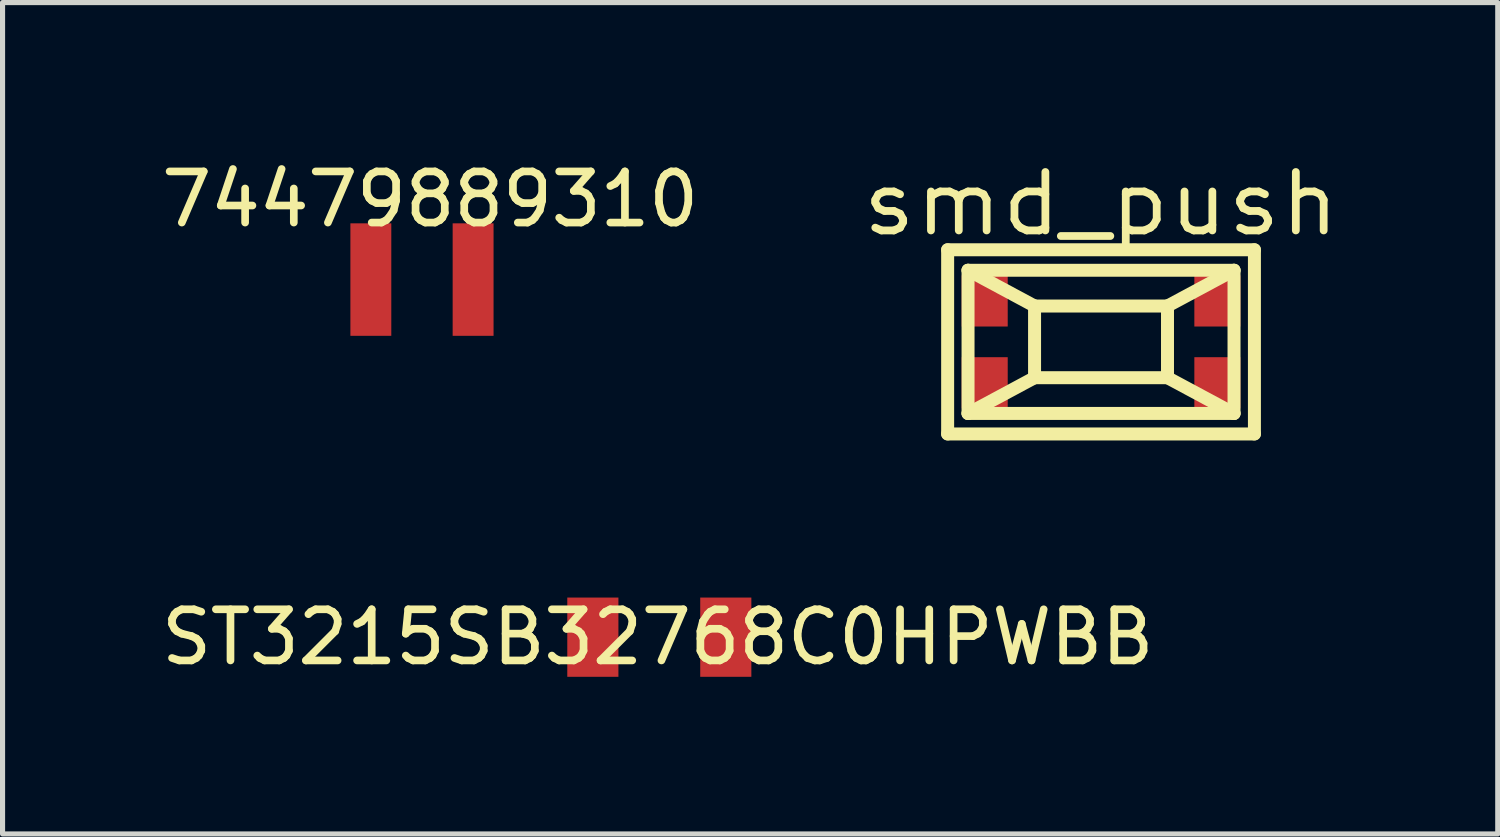
<source format=kicad_pcb>
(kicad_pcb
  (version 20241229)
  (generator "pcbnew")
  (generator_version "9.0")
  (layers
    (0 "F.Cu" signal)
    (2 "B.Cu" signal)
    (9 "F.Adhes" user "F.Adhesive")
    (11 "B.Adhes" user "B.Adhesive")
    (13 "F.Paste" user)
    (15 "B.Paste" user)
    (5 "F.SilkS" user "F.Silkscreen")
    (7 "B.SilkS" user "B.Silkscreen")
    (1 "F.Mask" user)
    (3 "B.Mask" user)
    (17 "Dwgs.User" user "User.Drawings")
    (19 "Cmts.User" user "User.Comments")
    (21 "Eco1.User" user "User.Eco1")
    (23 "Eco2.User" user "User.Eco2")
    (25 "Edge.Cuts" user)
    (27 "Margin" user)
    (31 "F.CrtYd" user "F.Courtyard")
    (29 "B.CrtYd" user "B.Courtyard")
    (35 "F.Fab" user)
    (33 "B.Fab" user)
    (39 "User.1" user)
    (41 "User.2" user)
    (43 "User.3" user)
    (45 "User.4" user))
  (footprint "74479889310"
    (layer "F.Cu")
    (at 4.203 2.418)
    (property "Reference" "74479889310" (at 1.16 -1.57 0) (layer "F.SilkS") (effects (font (size 1 1) (thickness 0.15))))
    (attr through_hole)
    (pad "1" smd rect (at 0 0) (size 0.8 2.2) (layers "F.Cu" "F.Mask" "F.Paste"))
    (pad "2" smd rect (at 2 0) (size 0.8 2.2) (layers "F.Cu" "F.Mask" "F.Paste")))
  (footprint "ST3215SB32768C0HPWBB"
    (layer "F.Cu")
    (at 8.545 9.412)
    (property "Reference" "ST3215SB32768C0HPWBB" (at 1.27 0 0) (layer "F.SilkS") (effects (font (size 1 1) (thickness 0.15))))
    (attr through_hole)
    (pad "1" smd rect (at 0 0) (size 1 1.55) (layers "F.Cu" "F.Mask" "F.Paste"))
    (pad "2" smd rect (at 2.6 0) (size 1 1.55) (layers "F.Cu" "F.Mask" "F.Paste")))
  (footprint "smd_push"
    (layer "F.Cu")
    (at 18.484 3.636)
    (property "Reference" "smd_push" (at 0 -2.7 0) (layer "F.SilkS") (effects (font (size 1.143 1.27) (thickness 0.152))))
    (attr through_hole)
    (fp_line (start -3 -1.801) (end 3 -1.801) (stroke (width 0.254) (type solid)) (layer "F.SilkS"))
    (fp_line (start -3 1.801) (end -3 -1.801) (stroke (width 0.254) (type solid)) (layer "F.SilkS"))
    (fp_line (start -2.601 -1.4) (end -1.3 -0.701) (stroke (width 0.254) (type solid)) (layer "F.SilkS"))
    (fp_line (start -2.601 -1.4) (end 2.601 -1.4) (stroke (width 0.254) (type solid)) (layer "F.SilkS"))
    (fp_line (start -2.601 1.4) (end -2.601 -1.4) (stroke (width 0.254) (type solid)) (layer "F.SilkS"))
    (fp_line (start -1.3 -0.701) (end 1.3 -0.701) (stroke (width 0.254) (type solid)) (layer "F.SilkS"))
    (fp_line (start -1.3 0.701) (end -2.601 1.4) (stroke (width 0.254) (type solid)) (layer "F.SilkS"))
    (fp_line (start -1.3 0.701) (end -1.3 -0.701) (stroke (width 0.254) (type solid)) (layer "F.SilkS"))
    (fp_line (start 1.3 -0.701) (end 1.3 0.701) (stroke (width 0.254) (type solid)) (layer "F.SilkS"))
    (fp_line (start 1.3 -0.701) (end 2.601 -1.4) (stroke (width 0.254) (type solid)) (layer "F.SilkS"))
    (fp_line (start 1.3 0.701) (end -1.3 0.701) (stroke (width 0.254) (type solid)) (layer "F.SilkS"))
    (fp_line (start 1.3 0.701) (end 2.601 1.4) (stroke (width 0.254) (type solid)) (layer "F.SilkS"))
    (fp_line (start 2.601 -1.4) (end 2.601 1.4) (stroke (width 0.254) (type solid)) (layer "F.SilkS"))
    (fp_line (start 2.601 1.4) (end -2.601 1.4) (stroke (width 0.254) (type solid)) (layer "F.SilkS"))
    (fp_line (start 3 -1.801) (end 3 1.801) (stroke (width 0.254) (type solid)) (layer "F.SilkS"))
    (fp_line (start 3 1.801) (end -3 1.801) (stroke (width 0.254) (type solid)) (layer "F.SilkS"))
    (pad "1" smd rect (at -2.275 0.8) (size 0.9 1) (layers "F.Cu" "F.Mask" "F.Paste"))
    (pad "1" smd rect (at 2.275 0.8) (size 0.9 1) (layers "F.Cu" "F.Mask" "F.Paste"))
    (pad "2" smd rect (at -2.275 -0.8) (size 0.9 1) (layers "F.Cu" "F.Mask" "F.Paste"))
    (pad "2" smd rect (at 2.275 -0.8) (size 0.9 1) (layers "F.Cu" "F.Mask" "F.Paste")))
  (gr_rect
    (start -3 -3)
    (end 26.243 13.26)
    (stroke (width 0.1) (type default))
    (fill no)
    (layer "Edge.Cuts")))
</source>
